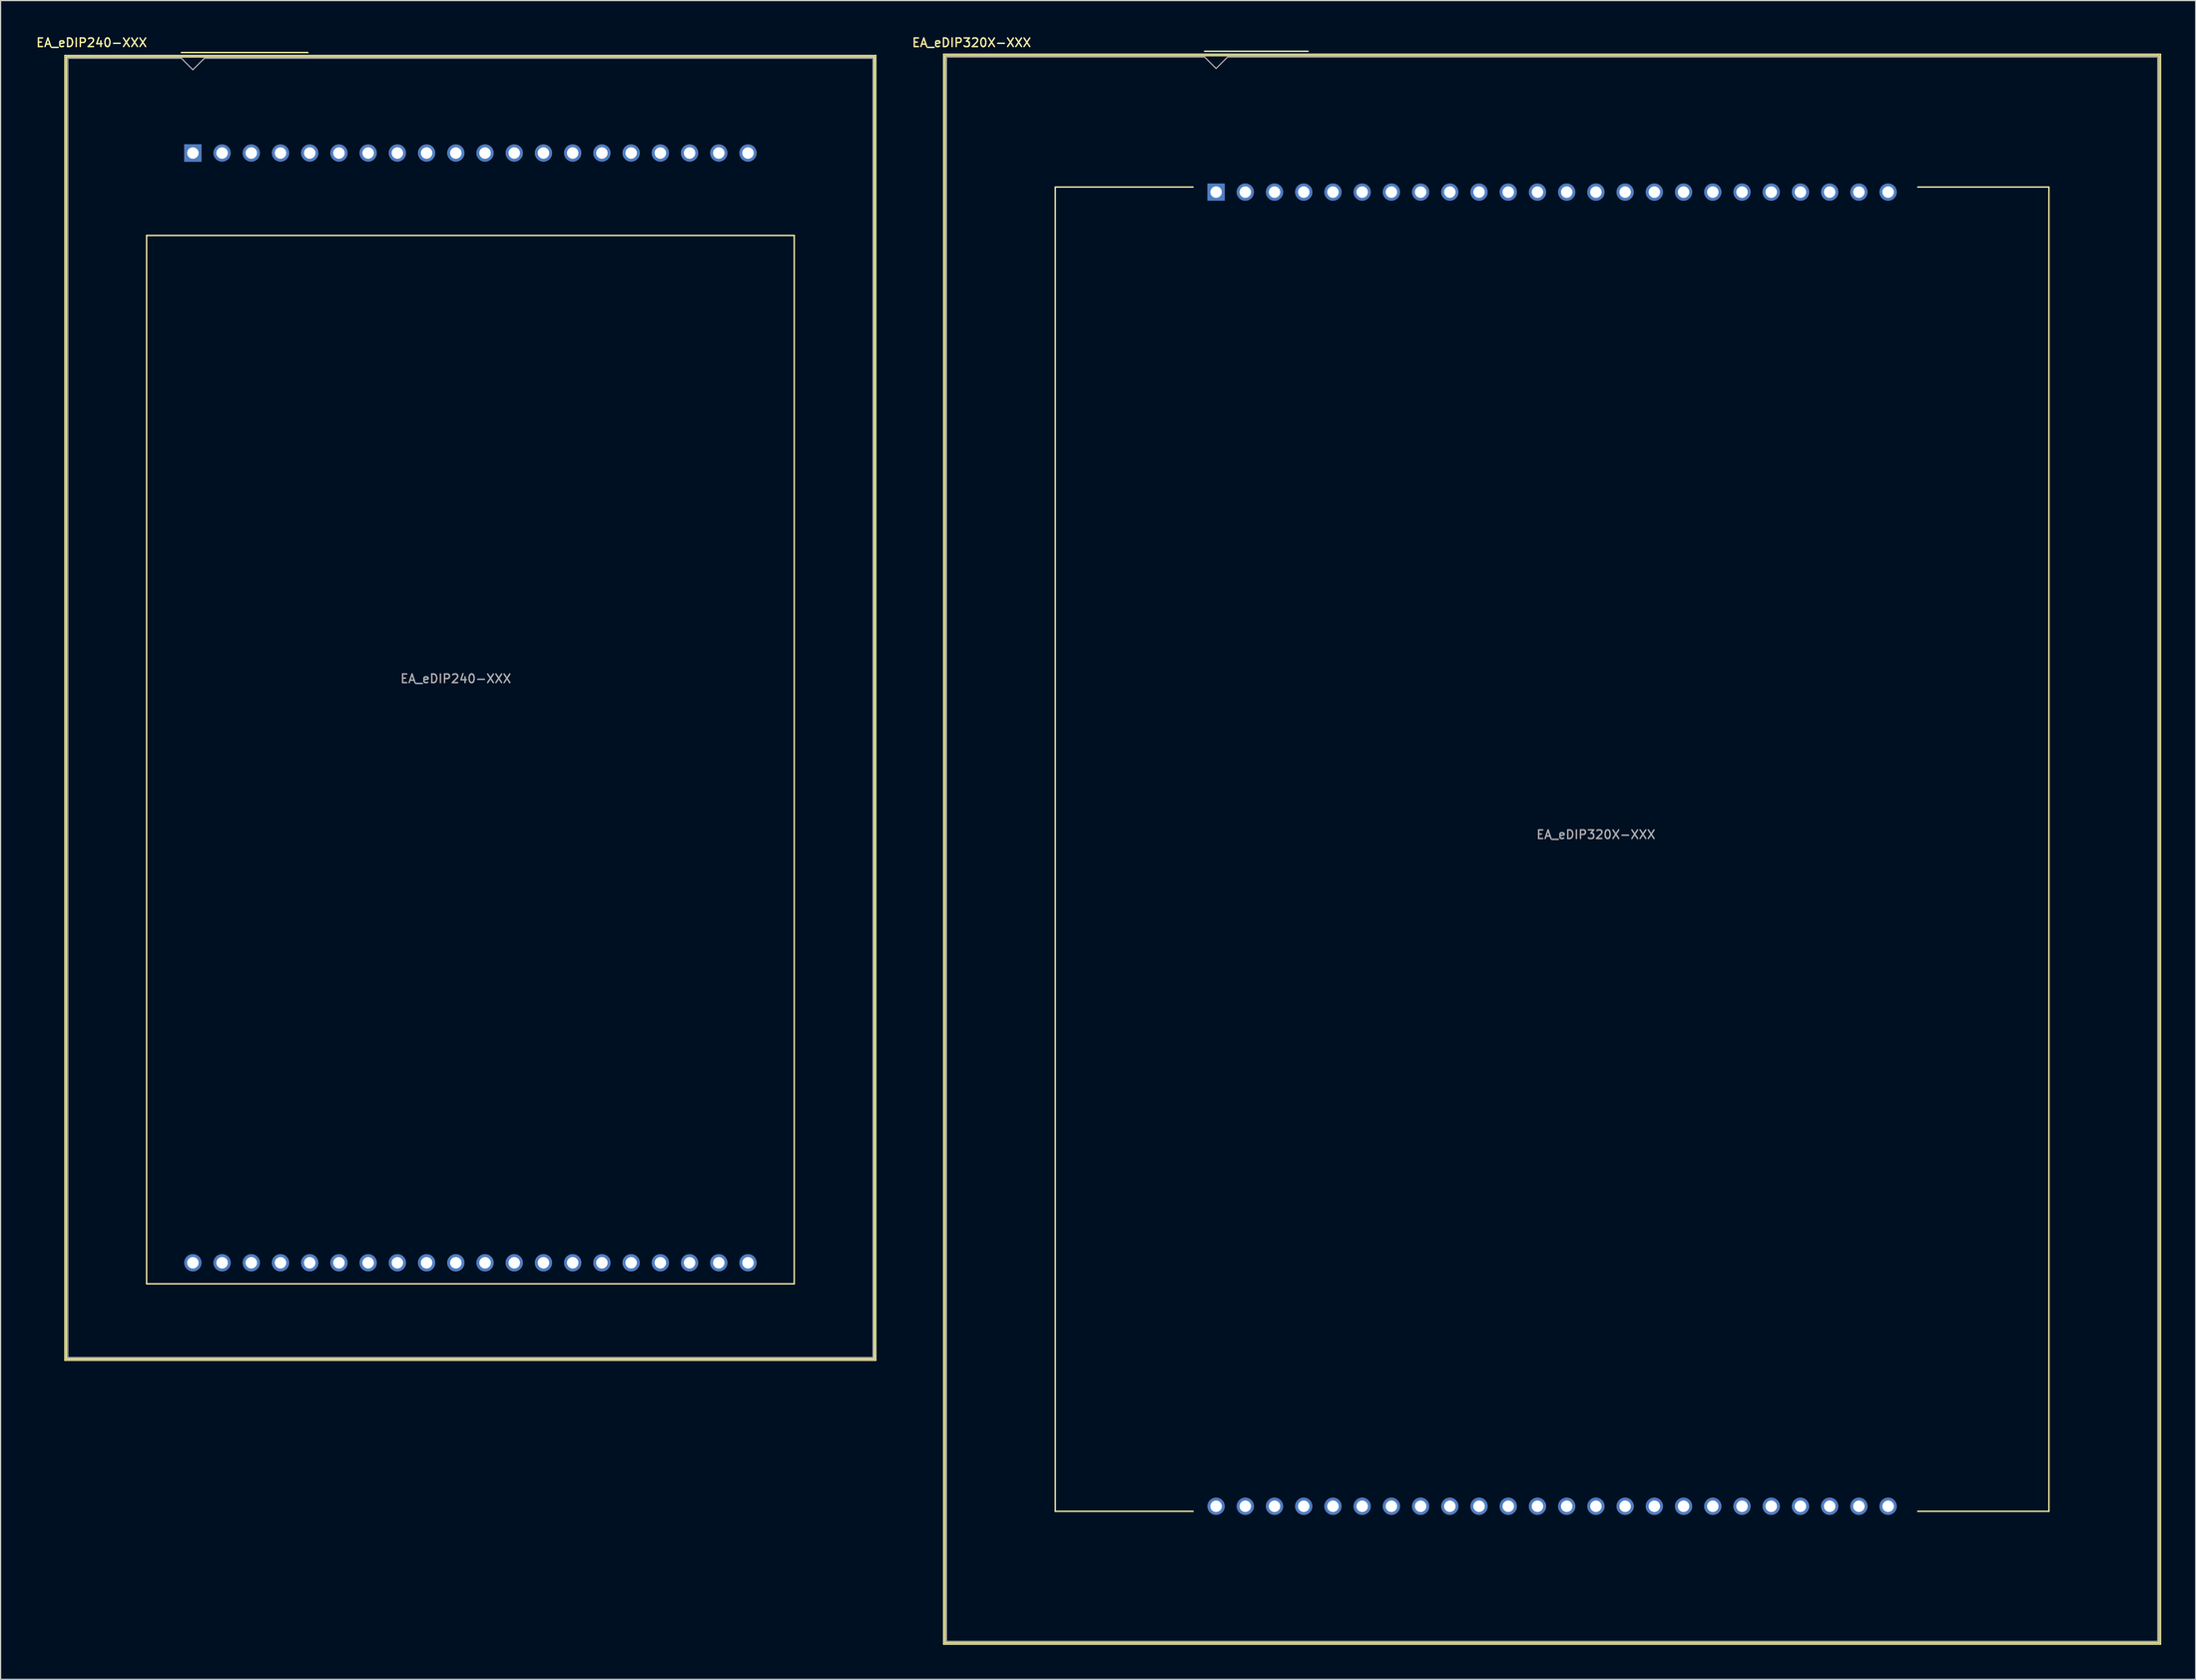
<source format=kicad_pcb>
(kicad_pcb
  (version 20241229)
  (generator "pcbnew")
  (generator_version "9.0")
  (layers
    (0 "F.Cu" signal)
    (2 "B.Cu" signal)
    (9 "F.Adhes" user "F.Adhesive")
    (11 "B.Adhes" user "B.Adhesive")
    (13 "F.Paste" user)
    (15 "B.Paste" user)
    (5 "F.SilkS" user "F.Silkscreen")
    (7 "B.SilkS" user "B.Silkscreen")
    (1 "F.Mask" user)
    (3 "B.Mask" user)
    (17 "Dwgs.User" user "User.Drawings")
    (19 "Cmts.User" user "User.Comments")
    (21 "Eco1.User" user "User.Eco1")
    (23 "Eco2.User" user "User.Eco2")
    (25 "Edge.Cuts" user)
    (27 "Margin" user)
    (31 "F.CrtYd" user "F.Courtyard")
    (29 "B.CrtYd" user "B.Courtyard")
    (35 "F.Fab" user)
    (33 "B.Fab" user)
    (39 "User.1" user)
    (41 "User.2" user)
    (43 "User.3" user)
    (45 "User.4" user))
  (footprint "EA_eDIP240-XXX"
    (layer "F.Cu")
    (at 13.716 10.258)
    (property "Reference" "EA_eDIP240-XXX" (at -8.8 -9.6 0) (layer "F.SilkS") (effects (font (size 0.75 0.75) (thickness 0.125))))
    (attr through_hole)
    (fp_line (start -11.13 -8.49) (end 59.38 -8.49) (stroke (width 0.1) (type solid)) (layer "F.SilkS"))
    (fp_line (start -11.13 105.01) (end -11.13 -8.49) (stroke (width 0.1) (type solid)) (layer "F.SilkS"))
    (fp_line (start -11 -8.36) (end 59.25 -8.36) (stroke (width 0.12) (type solid)) (layer "F.SilkS"))
    (fp_line (start -11 104.88) (end -11 -8.36) (stroke (width 0.12) (type solid)) (layer "F.SilkS"))
    (fp_line (start -4.02 7.17) (end 52.28 7.17) (stroke (width 0.12) (type solid)) (layer "F.SilkS"))
    (fp_line (start -4.02 98.35) (end -4.02 7.17) (stroke (width 0.12) (type solid)) (layer "F.SilkS"))
    (fp_line (start -1 -8.74) (end 10 -8.74) (stroke (width 0.12) (type solid)) (layer "F.SilkS"))
    (fp_line (start 52.28 7.17) (end 52.28 98.35) (stroke (width 0.12) (type solid)) (layer "F.SilkS"))
    (fp_line (start 52.28 98.35) (end -4.02 98.35) (stroke (width 0.12) (type solid)) (layer "F.SilkS"))
    (fp_line (start 59.25 -8.36) (end 59.25 104.88) (stroke (width 0.12) (type solid)) (layer "F.SilkS"))
    (fp_line (start 59.25 104.88) (end -11 104.88) (stroke (width 0.12) (type solid)) (layer "F.SilkS"))
    (fp_line (start 59.38 -8.49) (end 59.38 105.01) (stroke (width 0.1) (type solid)) (layer "F.SilkS"))
    (fp_line (start 59.38 105.01) (end -11.13 105.01) (stroke (width 0.1) (type solid)) (layer "F.SilkS"))
    (fp_line (start -10.87 104.76) (end -10.87 -8.24) (stroke (width 0.1) (type solid)) (layer "F.Fab"))
    (fp_line (start -1 -8.24) (end -10.87 -8.24) (stroke (width 0.1) (type solid)) (layer "F.Fab"))
    (fp_line (start 0 -7.24) (end -1 -8.24) (stroke (width 0.1) (type solid)) (layer "F.Fab"))
    (fp_line (start 1 -8.24) (end 0 -7.24) (stroke (width 0.1) (type solid)) (layer "F.Fab"))
    (fp_line (start 1 -8.24) (end 59.13 -8.24) (stroke (width 0.1) (type solid)) (layer "F.Fab"))
    (fp_line (start 59.13 -8.24) (end 59.13 104.76) (stroke (width 0.1) (type solid)) (layer "F.Fab"))
    (fp_line (start 59.13 104.76) (end -10.87 104.76) (stroke (width 0.1) (type solid)) (layer "F.Fab"))
    (fp_text user "${REFERENCE}" (at 22.86 45.72 0) (layer "F.Fab") (effects (font (size 0.75 0.75) (thickness 0.125))))
    (pad "1" thru_hole rect (at 0 0 180) (size 1.5 1.524) (drill 1) (layers "*.Cu" "*.Mask"))
    (pad "2" thru_hole circle (at 2.54 0 180) (size 1.5 1.5) (drill 1) (layers "*.Cu" "*.Mask"))
    (pad "3" thru_hole circle (at 5.08 0 180) (size 1.5 1.5) (drill 1) (layers "*.Cu" "*.Mask"))
    (pad "4" thru_hole circle (at 7.62 0 180) (size 1.5 1.5) (drill 1) (layers "*.Cu" "*.Mask"))
    (pad "5" thru_hole circle (at 10.16 0 180) (size 1.5 1.5) (drill 1) (layers "*.Cu" "*.Mask"))
    (pad "6" thru_hole circle (at 12.7 0 180) (size 1.5 1.5) (drill 1) (layers "*.Cu" "*.Mask"))
    (pad "7" thru_hole circle (at 15.24 0 180) (size 1.5 1.5) (drill 1) (layers "*.Cu" "*.Mask"))
    (pad "8" thru_hole circle (at 17.78 0 180) (size 1.5 1.5) (drill 1) (layers "*.Cu" "*.Mask"))
    (pad "9" thru_hole circle (at 20.32 0 180) (size 1.5 1.5) (drill 1) (layers "*.Cu" "*.Mask"))
    (pad "10" thru_hole circle (at 22.86 0 180) (size 1.5 1.5) (drill 1) (layers "*.Cu" "*.Mask"))
    (pad "11" thru_hole circle (at 25.4 0 180) (size 1.5 1.5) (drill 1) (layers "*.Cu" "*.Mask"))
    (pad "12" thru_hole circle (at 27.94 0 180) (size 1.5 1.5) (drill 1) (layers "*.Cu" "*.Mask"))
    (pad "13" thru_hole circle (at 30.48 0 180) (size 1.5 1.5) (drill 1) (layers "*.Cu" "*.Mask"))
    (pad "14" thru_hole circle (at 33.02 0 180) (size 1.5 1.5) (drill 1) (layers "*.Cu" "*.Mask"))
    (pad "15" thru_hole circle (at 35.56 0 180) (size 1.5 1.5) (drill 1) (layers "*.Cu" "*.Mask"))
    (pad "16" thru_hole circle (at 38.1 0 180) (size 1.5 1.5) (drill 1) (layers "*.Cu" "*.Mask"))
    (pad "17" thru_hole circle (at 40.64 0 180) (size 1.5 1.5) (drill 1) (layers "*.Cu" "*.Mask"))
    (pad "18" thru_hole circle (at 43.18 0 180) (size 1.5 1.5) (drill 1) (layers "*.Cu" "*.Mask"))
    (pad "19" thru_hole circle (at 45.72 0 180) (size 1.5 1.5) (drill 1) (layers "*.Cu" "*.Mask"))
    (pad "20" thru_hole circle (at 48.26 0 180) (size 1.5 1.5) (drill 1) (layers "*.Cu" "*.Mask"))
    (pad "21" thru_hole circle (at 48.26 96.52 180) (size 1.5 1.5) (drill 1) (layers "*.Cu" "*.Mask"))
    (pad "22" thru_hole circle (at 45.72 96.52 180) (size 1.5 1.5) (drill 1) (layers "*.Cu" "*.Mask"))
    (pad "23" thru_hole circle (at 43.18 96.52 180) (size 1.5 1.5) (drill 1) (layers "*.Cu" "*.Mask"))
    (pad "24" thru_hole circle (at 40.64 96.52 180) (size 1.5 1.5) (drill 1) (layers "*.Cu" "*.Mask"))
    (pad "25" thru_hole circle (at 38.1 96.52 180) (size 1.5 1.5) (drill 1) (layers "*.Cu" "*.Mask"))
    (pad "26" thru_hole circle (at 35.56 96.52 180) (size 1.5 1.5) (drill 1) (layers "*.Cu" "*.Mask"))
    (pad "27" thru_hole circle (at 33.02 96.52 180) (size 1.5 1.5) (drill 1) (layers "*.Cu" "*.Mask"))
    (pad "28" thru_hole circle (at 30.48 96.52 180) (size 1.5 1.5) (drill 1) (layers "*.Cu" "*.Mask"))
    (pad "29" thru_hole circle (at 27.94 96.52 180) (size 1.5 1.5) (drill 1) (layers "*.Cu" "*.Mask"))
    (pad "30" thru_hole circle (at 25.4 96.52 180) (size 1.5 1.5) (drill 1) (layers "*.Cu" "*.Mask"))
    (pad "31" thru_hole circle (at 22.86 96.52 180) (size 1.5 1.5) (drill 1) (layers "*.Cu" "*.Mask"))
    (pad "32" thru_hole circle (at 20.32 96.52 180) (size 1.5 1.5) (drill 1) (layers "*.Cu" "*.Mask"))
    (pad "33" thru_hole circle (at 17.78 96.52 180) (size 1.5 1.5) (drill 1) (layers "*.Cu" "*.Mask"))
    (pad "34" thru_hole circle (at 15.24 96.52 180) (size 1.5 1.5) (drill 1) (layers "*.Cu" "*.Mask"))
    (pad "35" thru_hole circle (at 12.7 96.52 180) (size 1.5 1.5) (drill 1) (layers "*.Cu" "*.Mask"))
    (pad "36" thru_hole circle (at 10.16 96.52 180) (size 1.5 1.5) (drill 1) (layers "*.Cu" "*.Mask"))
    (pad "37" thru_hole circle (at 7.62 96.52 180) (size 1.5 1.5) (drill 1) (layers "*.Cu" "*.Mask"))
    (pad "38" thru_hole circle (at 5.08 96.52 180) (size 1.5 1.5) (drill 1) (layers "*.Cu" "*.Mask"))
    (pad "39" thru_hole circle (at 2.54 96.52 180) (size 1.5 1.5) (drill 1) (layers "*.Cu" "*.Mask"))
    (pad "40" thru_hole circle (at 0 96.52 180) (size 1.5 1.5) (drill 1) (layers "*.Cu" "*.Mask")))
  (footprint "EA_eDIP320X-XXX"
    (layer "F.Cu")
    (at 102.669 13.658)
    (property "Reference" "EA_eDIP320X-XXX" (at -21.25 -13 0) (layer "F.SilkS") (effects (font (size 0.75 0.75) (thickness 0.125))))
    (attr through_hole)
    (fp_line (start -23.69 -12) (end 82.11 -12) (stroke (width 0.1) (type solid)) (layer "F.SilkS"))
    (fp_line (start -23.69 126.3) (end -23.69 -12) (stroke (width 0.1) (type solid)) (layer "F.SilkS"))
    (fp_line (start -23.56 -11.87) (end 81.98 -11.87) (stroke (width 0.12) (type solid)) (layer "F.SilkS"))
    (fp_line (start -23.56 126.17) (end -23.56 -11.87) (stroke (width 0.12) (type solid)) (layer "F.SilkS"))
    (fp_line (start -13.98 -0.44) (end -2 -0.44) (stroke (width 0.12) (type solid)) (layer "F.SilkS"))
    (fp_line (start -13.98 114.74) (end -13.98 -0.44) (stroke (width 0.12) (type solid)) (layer "F.SilkS"))
    (fp_line (start -13.98 114.74) (end -2 114.74) (stroke (width 0.12) (type solid)) (layer "F.SilkS"))
    (fp_line (start -1 -12.25) (end 8 -12.25) (stroke (width 0.12) (type solid)) (layer "F.SilkS"))
    (fp_line (start 61 -0.44) (end 72.4 -0.44) (stroke (width 0.12) (type solid)) (layer "F.SilkS"))
    (fp_line (start 72.4 -0.44) (end 72.4 114.74) (stroke (width 0.12) (type solid)) (layer "F.SilkS"))
    (fp_line (start 72.4 114.74) (end 61 114.74) (stroke (width 0.12) (type solid)) (layer "F.SilkS"))
    (fp_line (start 81.98 -11.87) (end 81.98 126.17) (stroke (width 0.12) (type solid)) (layer "F.SilkS"))
    (fp_line (start 81.98 126.17) (end -23.56 126.17) (stroke (width 0.12) (type solid)) (layer "F.SilkS"))
    (fp_line (start 82.11 -12) (end 82.11 126.3) (stroke (width 0.1) (type solid)) (layer "F.SilkS"))
    (fp_line (start 82.11 126.3) (end -23.69 126.3) (stroke (width 0.1) (type solid)) (layer "F.SilkS"))
    (fp_line (start -23.44 126.05) (end -23.44 -11.75) (stroke (width 0.1) (type solid)) (layer "F.Fab"))
    (fp_line (start -1 -11.75) (end -23.44 -11.75) (stroke (width 0.1) (type solid)) (layer "F.Fab"))
    (fp_line (start 0 -10.75) (end -1 -11.75) (stroke (width 0.1) (type solid)) (layer "F.Fab"))
    (fp_line (start 1 -11.75) (end 0 -10.75) (stroke (width 0.1) (type solid)) (layer "F.Fab"))
    (fp_line (start 1 -11.75) (end 81.86 -11.75) (stroke (width 0.1) (type solid)) (layer "F.Fab"))
    (fp_line (start 81.86 -11.75) (end 81.86 126.05) (stroke (width 0.1) (type solid)) (layer "F.Fab"))
    (fp_line (start 81.86 126.05) (end -23.44 126.05) (stroke (width 0.1) (type solid)) (layer "F.Fab"))
    (fp_text user "${REFERENCE}" (at 33.02 55.88 0) (layer "F.Fab") (effects (font (size 0.75 0.75) (thickness 0.125))))
    (pad "1" thru_hole rect (at 0 0) (size 1.5 1.5) (drill 1) (layers "*.Cu" "*.Mask"))
    (pad "2" thru_hole circle (at 2.54 0) (size 1.5 1.5) (drill 1) (layers "*.Cu" "*.Mask"))
    (pad "3" thru_hole circle (at 5.08 0) (size 1.5 1.5) (drill 1) (layers "*.Cu" "*.Mask"))
    (pad "4" thru_hole circle (at 7.62 0) (size 1.5 1.5) (drill 1) (layers "*.Cu" "*.Mask"))
    (pad "5" thru_hole circle (at 10.16 0) (size 1.5 1.5) (drill 1) (layers "*.Cu" "*.Mask"))
    (pad "6" thru_hole circle (at 12.7 0) (size 1.5 1.5) (drill 1) (layers "*.Cu" "*.Mask"))
    (pad "7" thru_hole circle (at 15.24 0) (size 1.5 1.5) (drill 1) (layers "*.Cu" "*.Mask"))
    (pad "8" thru_hole circle (at 17.78 0) (size 1.5 1.5) (drill 1) (layers "*.Cu" "*.Mask"))
    (pad "9" thru_hole circle (at 20.32 0) (size 1.5 1.5) (drill 1) (layers "*.Cu" "*.Mask"))
    (pad "10" thru_hole circle (at 22.86 0) (size 1.5 1.5) (drill 1) (layers "*.Cu" "*.Mask"))
    (pad "11" thru_hole circle (at 25.4 0) (size 1.5 1.5) (drill 1) (layers "*.Cu" "*.Mask"))
    (pad "12" thru_hole circle (at 27.94 0) (size 1.5 1.5) (drill 1) (layers "*.Cu" "*.Mask"))
    (pad "13" thru_hole circle (at 30.48 0) (size 1.5 1.5) (drill 1) (layers "*.Cu" "*.Mask"))
    (pad "14" thru_hole circle (at 33.02 0) (size 1.5 1.5) (drill 1) (layers "*.Cu" "*.Mask"))
    (pad "15" thru_hole circle (at 35.56 0) (size 1.5 1.5) (drill 1) (layers "*.Cu" "*.Mask"))
    (pad "16" thru_hole circle (at 38.1 0) (size 1.5 1.5) (drill 1) (layers "*.Cu" "*.Mask"))
    (pad "17" thru_hole circle (at 40.64 0) (size 1.5 1.5) (drill 1) (layers "*.Cu" "*.Mask"))
    (pad "18" thru_hole circle (at 43.18 0) (size 1.5 1.5) (drill 1) (layers "*.Cu" "*.Mask"))
    (pad "19" thru_hole circle (at 45.72 0) (size 1.5 1.5) (drill 1) (layers "*.Cu" "*.Mask"))
    (pad "20" thru_hole circle (at 48.26 0) (size 1.5 1.5) (drill 1) (layers "*.Cu" "*.Mask"))
    (pad "21" thru_hole circle (at 50.8 0) (size 1.5 1.5) (drill 1) (layers "*.Cu" "*.Mask"))
    (pad "22" thru_hole circle (at 53.34 0) (size 1.5 1.5) (drill 1) (layers "*.Cu" "*.Mask"))
    (pad "23" thru_hole circle (at 55.88 0) (size 1.5 1.5) (drill 1) (layers "*.Cu" "*.Mask"))
    (pad "24" thru_hole circle (at 58.42 0) (size 1.5 1.5) (drill 1) (layers "*.Cu" "*.Mask"))
    (pad "25" thru_hole circle (at 58.42 114.3) (size 1.5 1.5) (drill 1) (layers "*.Cu" "*.Mask"))
    (pad "26" thru_hole circle (at 55.88 114.3) (size 1.5 1.5) (drill 1) (layers "*.Cu" "*.Mask"))
    (pad "27" thru_hole circle (at 53.34 114.3) (size 1.5 1.5) (drill 1) (layers "*.Cu" "*.Mask"))
    (pad "28" thru_hole circle (at 50.8 114.3) (size 1.5 1.5) (drill 1) (layers "*.Cu" "*.Mask"))
    (pad "29" thru_hole circle (at 48.26 114.3) (size 1.5 1.5) (drill 1) (layers "*.Cu" "*.Mask"))
    (pad "30" thru_hole circle (at 45.72 114.3) (size 1.5 1.5) (drill 1) (layers "*.Cu" "*.Mask"))
    (pad "31" thru_hole circle (at 43.18 114.3) (size 1.5 1.5) (drill 1) (layers "*.Cu" "*.Mask"))
    (pad "32" thru_hole circle (at 40.64 114.3) (size 1.5 1.5) (drill 1) (layers "*.Cu" "*.Mask"))
    (pad "33" thru_hole circle (at 38.1 114.3) (size 1.5 1.5) (drill 1) (layers "*.Cu" "*.Mask"))
    (pad "34" thru_hole circle (at 35.56 114.3) (size 1.5 1.5) (drill 1) (layers "*.Cu" "*.Mask"))
    (pad "35" thru_hole circle (at 33.02 114.3) (size 1.5 1.5) (drill 1) (layers "*.Cu" "*.Mask"))
    (pad "36" thru_hole circle (at 30.48 114.3) (size 1.5 1.5) (drill 1) (layers "*.Cu" "*.Mask"))
    (pad "37" thru_hole circle (at 27.94 114.3) (size 1.5 1.5) (drill 1) (layers "*.Cu" "*.Mask"))
    (pad "38" thru_hole circle (at 25.4 114.3) (size 1.5 1.5) (drill 1) (layers "*.Cu" "*.Mask"))
    (pad "39" thru_hole circle (at 22.86 114.3) (size 1.5 1.5) (drill 1) (layers "*.Cu" "*.Mask"))
    (pad "40" thru_hole circle (at 20.32 114.3) (size 1.5 1.5) (drill 1) (layers "*.Cu" "*.Mask"))
    (pad "41" thru_hole circle (at 17.78 114.3) (size 1.5 1.5) (drill 1) (layers "*.Cu" "*.Mask"))
    (pad "42" thru_hole circle (at 15.24 114.3) (size 1.5 1.5) (drill 1) (layers "*.Cu" "*.Mask"))
    (pad "43" thru_hole circle (at 12.7 114.3) (size 1.5 1.5) (drill 1) (layers "*.Cu" "*.Mask"))
    (pad "44" thru_hole circle (at 10.16 114.3) (size 1.5 1.5) (drill 1) (layers "*.Cu" "*.Mask"))
    (pad "45" thru_hole circle (at 7.62 114.3) (size 1.5 1.5) (drill 1) (layers "*.Cu" "*.Mask"))
    (pad "46" thru_hole circle (at 5.08 114.3) (size 1.5 1.5) (drill 1) (layers "*.Cu" "*.Mask"))
    (pad "47" thru_hole circle (at 2.54 114.3) (size 1.5 1.5) (drill 1) (layers "*.Cu" "*.Mask"))
    (pad "48" thru_hole circle (at 0 114.3) (size 1.5 1.5) (drill 1) (layers "*.Cu" "*.Mask")))
  (gr_rect
    (start -3 -3)
    (end 187.829 143.008)
    (stroke (width 0.1) (type default))
    (fill no)
    (layer "Edge.Cuts")))
</source>
